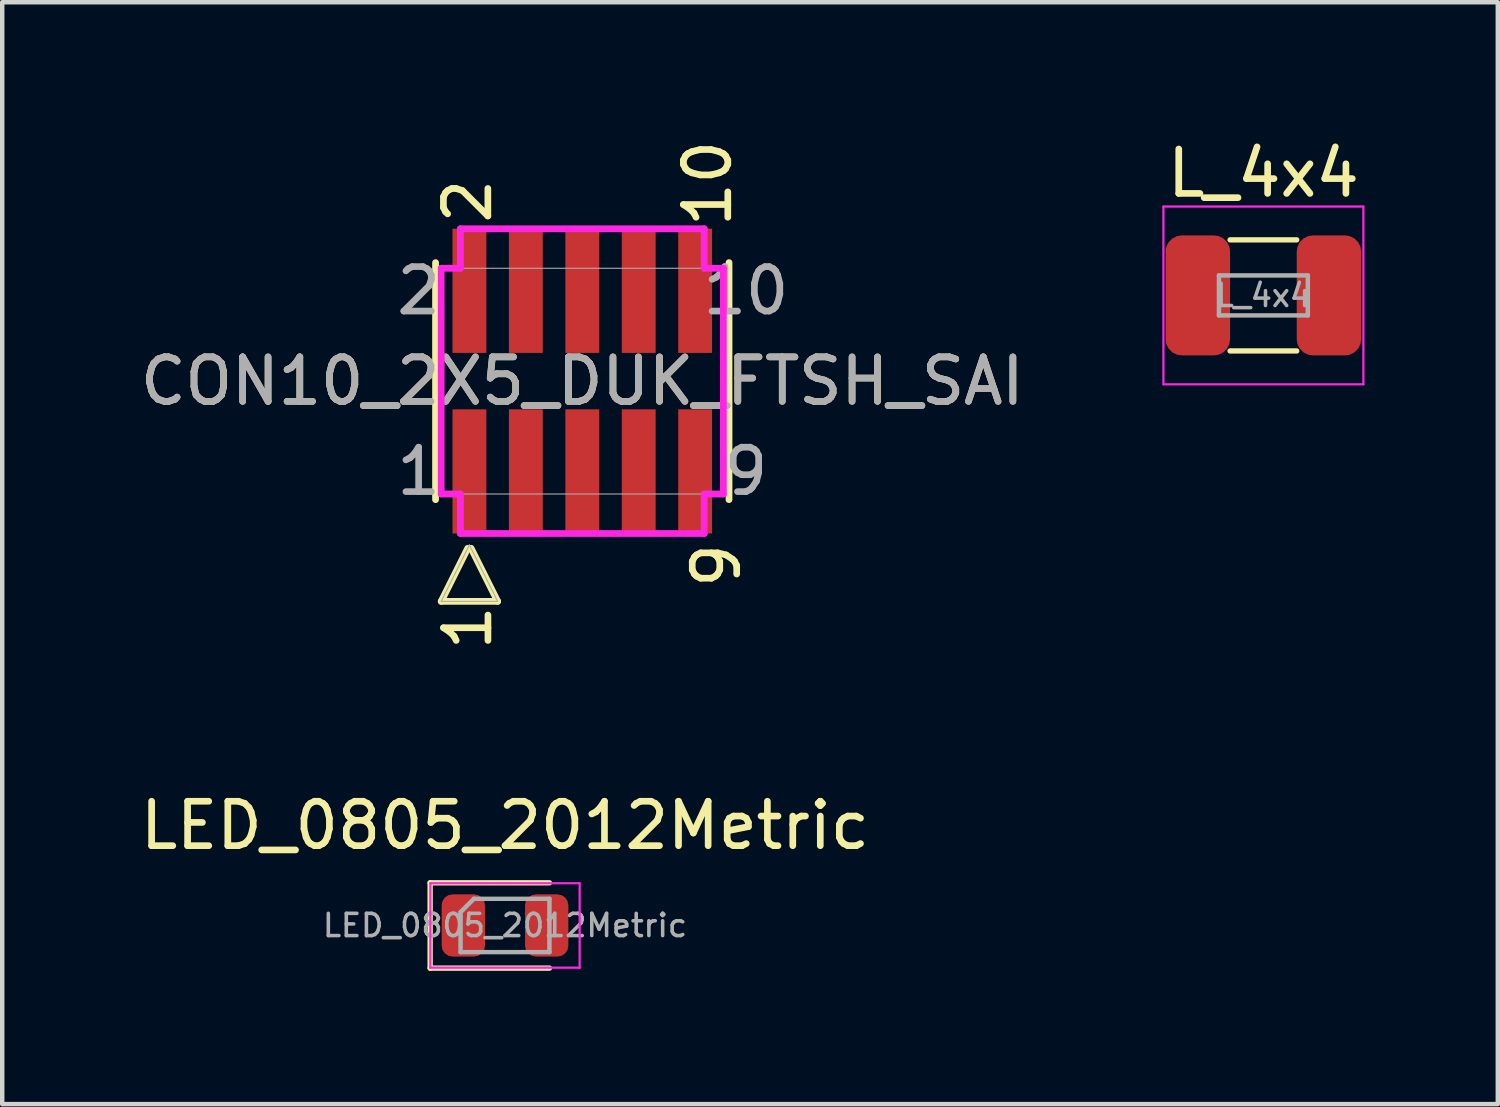
<source format=kicad_pcb>
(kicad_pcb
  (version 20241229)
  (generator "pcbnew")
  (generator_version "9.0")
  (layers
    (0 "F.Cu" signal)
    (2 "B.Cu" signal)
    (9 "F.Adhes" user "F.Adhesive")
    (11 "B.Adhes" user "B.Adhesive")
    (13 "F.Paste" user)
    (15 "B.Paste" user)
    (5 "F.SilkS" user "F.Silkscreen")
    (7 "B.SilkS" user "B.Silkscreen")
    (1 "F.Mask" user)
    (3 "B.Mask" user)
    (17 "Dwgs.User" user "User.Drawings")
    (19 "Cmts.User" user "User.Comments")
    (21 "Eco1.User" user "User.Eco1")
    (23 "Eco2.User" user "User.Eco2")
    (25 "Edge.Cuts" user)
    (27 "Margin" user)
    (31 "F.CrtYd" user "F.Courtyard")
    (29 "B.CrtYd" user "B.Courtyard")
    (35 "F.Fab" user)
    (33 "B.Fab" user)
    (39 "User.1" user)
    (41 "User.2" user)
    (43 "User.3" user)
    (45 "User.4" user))
  (footprint "LED_0805_2012Metric"
    (layer "F.Cu")
    (at 8.315 17.777)
    (property "Reference" "LED_0805_2012Metric" (at 0 -2.25 0) (layer "F.SilkS") (effects (font (size 1 1) (thickness 0.15))))
    (attr smd)
    (fp_line (start -1.685 -0.96) (end -1.685 0.96) (stroke (width 0.12) (type solid)) (layer "F.SilkS"))
    (fp_line (start -1.685 0.96) (end 1 0.96) (stroke (width 0.12) (type solid)) (layer "F.SilkS"))
    (fp_line (start 1 -0.96) (end -1.685 -0.96) (stroke (width 0.12) (type solid)) (layer "F.SilkS"))
    (fp_line (start -1.68 -0.95) (end 1.68 -0.95) (stroke (width 0.05) (type solid)) (layer "F.CrtYd"))
    (fp_line (start -1.68 0.95) (end -1.68 -0.95) (stroke (width 0.05) (type solid)) (layer "F.CrtYd"))
    (fp_line (start 1.68 -0.95) (end 1.68 0.95) (stroke (width 0.05) (type solid)) (layer "F.CrtYd"))
    (fp_line (start 1.68 0.95) (end -1.68 0.95) (stroke (width 0.05) (type solid)) (layer "F.CrtYd"))
    (fp_line (start -1 -0.3) (end -1 0.6) (stroke (width 0.1) (type solid)) (layer "F.Fab"))
    (fp_line (start -1 0.6) (end 1 0.6) (stroke (width 0.1) (type solid)) (layer "F.Fab"))
    (fp_line (start -0.7 -0.6) (end -1 -0.3) (stroke (width 0.1) (type solid)) (layer "F.Fab"))
    (fp_line (start 1 -0.6) (end -0.7 -0.6) (stroke (width 0.1) (type solid)) (layer "F.Fab"))
    (fp_line (start 1 0.6) (end 1 -0.6) (stroke (width 0.1) (type solid)) (layer "F.Fab"))
    (fp_text user "${REFERENCE}" (at 0 0 0) (layer "F.Fab") (effects (font (size 0.5 0.5) (thickness 0.08))))
    (pad "1" smd roundrect (at -0.938 0 180) (size 0.975 1.4) (layers "F.Cu" "F.Mask" "F.Paste") (roundrect_rratio 0.25))
    (pad "2" smd roundrect (at 0.938 0 180) (size 0.975 1.4) (layers "F.Cu" "F.Mask" "F.Paste") (roundrect_rratio 0.25)))
  (footprint "L_4x4"
    (layer "F.Cu")
    (at 25.382 3.598)
    (property "Reference" "L_4x4" (at 0 -2.75 0) (layer "F.SilkS") (effects (font (size 1 1) (thickness 0.15))))
    (attr smd)
    (fp_line (start -0.75 -1.25) (end 0.75 -1.25) (stroke (width 0.12) (type solid)) (layer "F.SilkS"))
    (fp_line (start -0.75 1.25) (end 0.75 1.25) (stroke (width 0.12) (type solid)) (layer "F.SilkS"))
    (fp_line (start -2.25 -2) (end 2.25 -2) (stroke (width 0.05) (type solid)) (layer "F.CrtYd"))
    (fp_line (start -2.25 2) (end -2.25 -2) (stroke (width 0.05) (type solid)) (layer "F.CrtYd"))
    (fp_line (start 2.25 -2) (end 2.25 2) (stroke (width 0.05) (type solid)) (layer "F.CrtYd"))
    (fp_line (start 2.25 2) (end -2.25 2) (stroke (width 0.05) (type solid)) (layer "F.CrtYd"))
    (fp_line (start -1 -0.45) (end 1 -0.45) (stroke (width 0.1) (type solid)) (layer "F.Fab"))
    (fp_line (start -1 0.45) (end -1 -0.45) (stroke (width 0.1) (type solid)) (layer "F.Fab"))
    (fp_line (start 1 -0.45) (end 1 0.45) (stroke (width 0.1) (type solid)) (layer "F.Fab"))
    (fp_line (start 1 0.45) (end -1 0.45) (stroke (width 0.1) (type solid)) (layer "F.Fab"))
    (fp_text user "${REFERENCE}" (at 0 0 0) (layer "F.Fab") (effects (font (size 0.5 0.5) (thickness 0.08))))
    (pad "1" smd roundrect (at -1.475 0) (size 1.45 2.7) (layers "F.Cu" "F.Mask" "F.Paste") (roundrect_rratio 0.25))
    (pad "2" smd roundrect (at 1.475 0) (size 1.45 2.7) (layers "F.Cu" "F.Mask" "F.Paste") (roundrect_rratio 0.25)))
  (footprint "CON10_2X5_DUK_FTSH_SAI"
    (layer "F.Cu")
    (at 10.054 5.527)
    (property "Reference" "CON10_2X5_DUK_FTSH_SAI" (at 0 0 0) (unlocked yes) (layer "F.SilkS") (effects (font (size 1 1) (thickness 0.15))))
    (attr smd)
    (fp_line (start -3.302 -2.667) (end -3.302 2.667) (stroke (width 0.152) (type solid)) (layer "F.SilkS"))
    (fp_line (start -3.175 4.956) (end -2.578 3.762) (stroke (width 0.152) (type solid)) (layer "F.SilkS"))
    (fp_line (start -2.502 3.762) (end -1.905 4.956) (stroke (width 0.152) (type solid)) (layer "F.SilkS"))
    (fp_line (start -1.905 4.956) (end -3.175 4.956) (stroke (width 0.152) (type solid)) (layer "F.SilkS"))
    (fp_line (start 3.302 2.667) (end 3.302 -2.667) (stroke (width 0.152) (type solid)) (layer "F.SilkS"))
    (fp_line (start -3.175 -2.54) (end -2.743 -2.54) (stroke (width 0.152) (type solid)) (layer "F.CrtYd"))
    (fp_line (start -3.175 2.54) (end -3.175 -2.54) (stroke (width 0.152) (type solid)) (layer "F.CrtYd"))
    (fp_line (start -2.743 -2.54) (end -2.743 -3.429) (stroke (width 0.152) (type solid)) (layer "F.CrtYd"))
    (fp_line (start -2.743 2.54) (end -3.175 2.54) (stroke (width 0.152) (type solid)) (layer "F.CrtYd"))
    (fp_line (start -2.743 3.429) (end -2.743 2.54) (stroke (width 0.152) (type solid)) (layer "F.CrtYd"))
    (fp_line (start -2.743 3.429) (end 2.743 3.429) (stroke (width 0.152) (type solid)) (layer "F.CrtYd"))
    (fp_line (start 2.743 -3.429) (end -2.743 -3.429) (stroke (width 0.152) (type solid)) (layer "F.CrtYd"))
    (fp_line (start 2.743 -3.429) (end 2.743 -2.54) (stroke (width 0.152) (type solid)) (layer "F.CrtYd"))
    (fp_line (start 2.743 -2.54) (end 3.175 -2.54) (stroke (width 0.152) (type solid)) (layer "F.CrtYd"))
    (fp_line (start 2.743 2.54) (end 2.743 3.429) (stroke (width 0.152) (type solid)) (layer "F.CrtYd"))
    (fp_line (start 3.175 -2.54) (end 3.175 2.54) (stroke (width 0.152) (type solid)) (layer "F.CrtYd"))
    (fp_line (start 3.175 2.54) (end 2.743 2.54) (stroke (width 0.152) (type solid)) (layer "F.CrtYd"))
    (fp_line (start -3.175 -2.54) (end -3.175 2.54) (stroke (width 0.025) (type solid)) (layer "F.Fab"))
    (fp_line (start -3.175 2.54) (end 3.175 2.54) (stroke (width 0.025) (type solid)) (layer "F.Fab"))
    (fp_line (start -3.175 4.956) (end -2.54 3.686) (stroke (width 0.025) (type solid)) (layer "F.Fab"))
    (fp_line (start -2.54 3.686) (end -1.905 4.956) (stroke (width 0.025) (type solid)) (layer "F.Fab"))
    (fp_line (start -1.905 4.956) (end -3.175 4.956) (stroke (width 0.025) (type solid)) (layer "F.Fab"))
    (fp_line (start 3.175 -2.54) (end -3.175 -2.54) (stroke (width 0.025) (type solid)) (layer "F.Fab"))
    (fp_line (start 3.175 2.54) (end 3.175 -2.54) (stroke (width 0.025) (type solid)) (layer "F.Fab"))
    (fp_text user "9" (at 3.02 4.15 90) (unlocked yes) (layer "F.SilkS") (effects (font (size 1 1) (thickness 0.15))))
    (fp_text user "1" (at -2.578 5.55 90) (unlocked yes) (layer "F.SilkS") (effects (font (size 1 1) (thickness 0.15))))
    (fp_text user "10" (at 2.82 -4.45 90) (unlocked yes) (layer "F.SilkS") (effects (font (size 1 1) (thickness 0.15))))
    (fp_text user "2" (at -2.58 -4.05 90) (unlocked yes) (layer "F.SilkS") (effects (font (size 1 1) (thickness 0.15))))
    (fp_text user "2" (at -3.683 -2.032 0) (unlocked yes) (layer "F.Fab") (effects (font (size 1 1) (thickness 0.15))))
    (fp_text user "9" (at 3.683 2.032 0) (unlocked yes) (layer "F.Fab") (effects (font (size 1 1) (thickness 0.15))))
    (fp_text user "1" (at -3.683 2.032 0) (unlocked yes) (layer "F.Fab") (effects (font (size 1 1) (thickness 0.15))))
    (fp_text user "${REFERENCE}" (at 0 0 0) (unlocked yes) (layer "F.Fab") (effects (font (size 1 1) (thickness 0.15))))
    (fp_text user "10" (at 3.683 -2.032 0) (unlocked yes) (layer "F.Fab") (effects (font (size 1 1) (thickness 0.15))))
    (pad "1" smd rect (at -2.54 2.032) (size 0.762 2.794) (layers "F.Cu" "F.Mask" "F.Paste"))
    (pad "2" smd rect (at -2.54 -2.032) (size 0.762 2.794) (layers "F.Cu" "F.Mask" "F.Paste"))
    (pad "3" smd rect (at -1.27 2.032) (size 0.762 2.794) (layers "F.Cu" "F.Mask" "F.Paste"))
    (pad "4" smd rect (at -1.27 -2.032) (size 0.762 2.794) (layers "F.Cu" "F.Mask" "F.Paste"))
    (pad "5" smd rect (at 0 2.032) (size 0.762 2.794) (layers "F.Cu" "F.Mask" "F.Paste"))
    (pad "6" smd rect (at 0 -2.032) (size 0.762 2.794) (layers "F.Cu" "F.Mask" "F.Paste"))
    (pad "7" smd rect (at 1.27 2.032) (size 0.762 2.794) (layers "F.Cu" "F.Mask" "F.Paste"))
    (pad "8" smd rect (at 1.27 -2.032) (size 0.762 2.794) (layers "F.Cu" "F.Mask" "F.Paste"))
    (pad "9" smd rect (at 2.54 2.032) (size 0.762 2.794) (layers "F.Cu" "F.Mask" "F.Paste"))
    (pad "10" smd rect (at 2.54 -2.032) (size 0.762 2.794) (layers "F.Cu" "F.Mask" "F.Paste")))
  (gr_rect
    (start -3 -3)
    (end 30.657 21.797)
    (stroke (width 0.1) (type default))
    (fill no)
    (layer "Edge.Cuts")))
</source>
